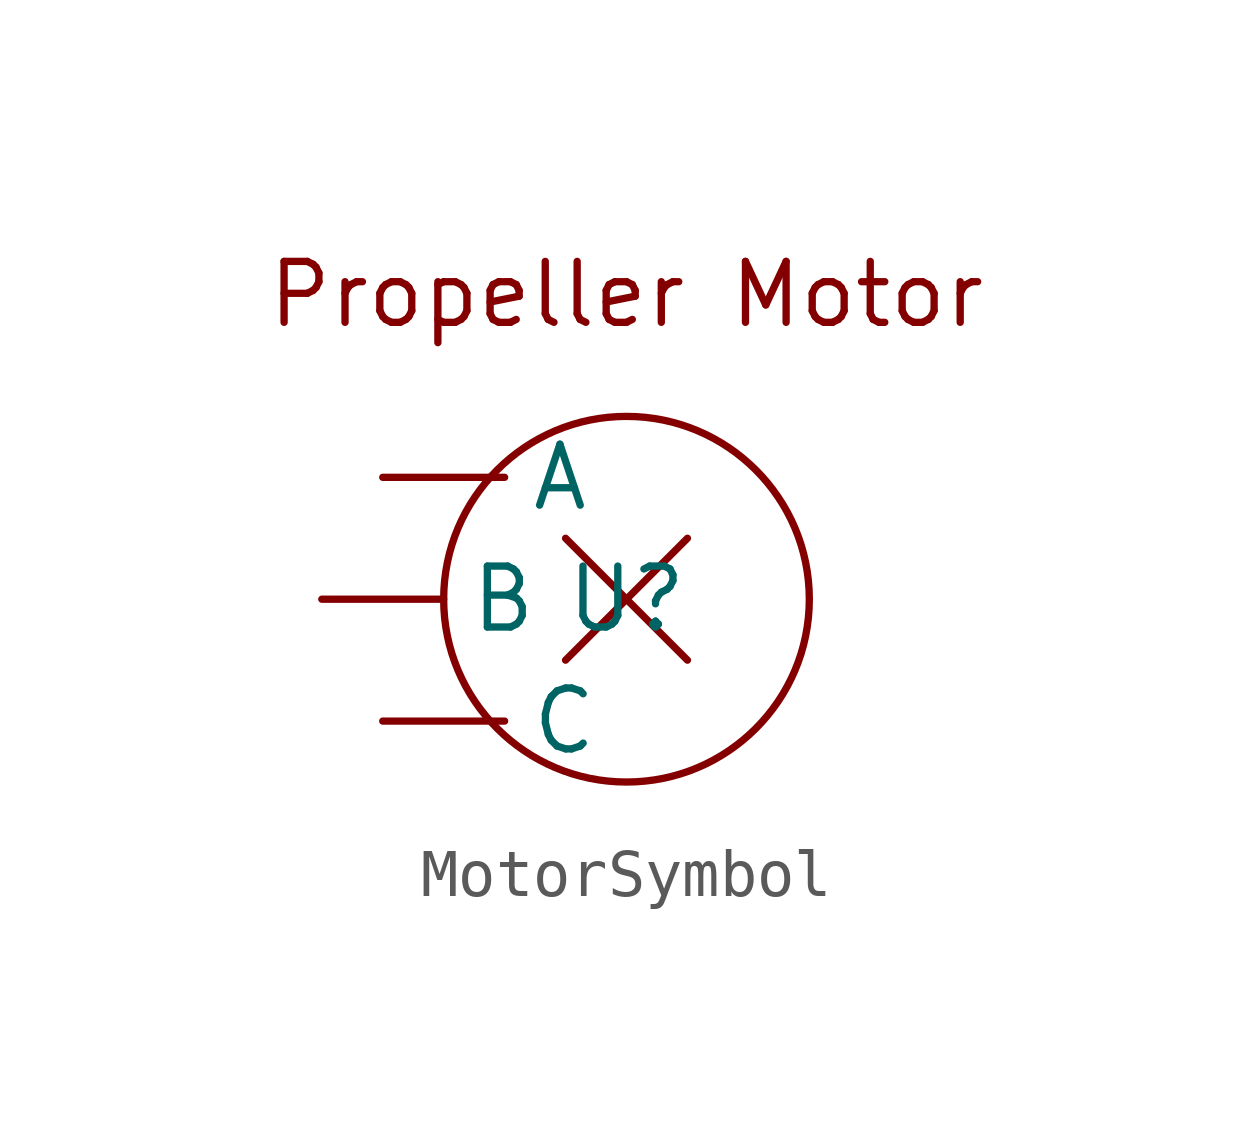
<source format=kicad_sym>
(kicad_symbol_lib
  (version 20220914)
  (generator kicad_symbol_editor)
  (symbol "MotorSymbol"
    (property "Reference" "U"
      (at 0 0 0)
      (effects (font (size 1.27 1.27))))
    (property "Value" ""
      (at 2.54 0 0)
      (effects (font (size 1.27 1.27))))
    (symbol "MotorSymbol_0_1"
      (polyline (pts (xy -1.27 1.27) (xy 1.27 -1.27)) (stroke (width 0) (type default)) (fill (type none)))
      (polyline (pts (xy 1.27 1.27) (xy -1.27 -1.27)) (stroke (width 0) (type default)) (fill (type none)))
      (circle (center 0 0) (radius 3.81) (stroke (width 0) (type default)) (fill (type none))))
    (symbol "MotorSymbol_1_1"
      (text "Propeller Motor\n" (at 0 6.35 0) (effects (font (size 1.27 1.27))))
      (pin bidirectional line (at -5.08 2.54 0) (length 2.54) (name "A" (effects (font (size 1.27 1.27)))) (number "" (effects (font (size 1.27 1.27)))))
      (pin bidirectional line (at -6.35 0 0) (length 2.54) (name "B" (effects (font (size 1.27 1.27)))) (number "" (effects (font (size 1.27 1.27)))))
      (pin bidirectional line (at -5.08 -2.54 0) (length 2.54) (name "C" (effects (font (size 1.27 1.27)))) (number "" (effects (font (size 1.27 1.27))))))))
</source>
